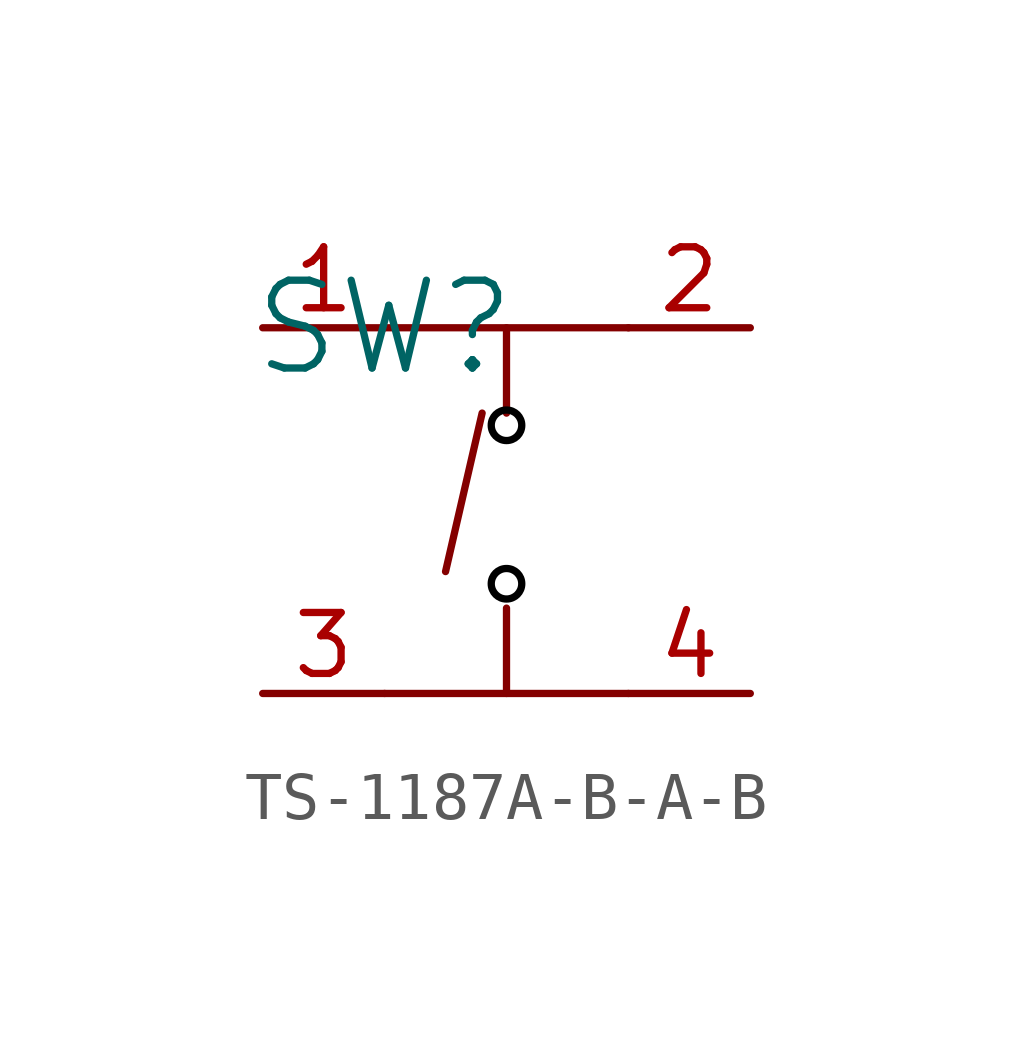
<source format=kicad_sym>
(kicad_symbol_lib
  (version 20241209)
  (generator "kicad_symbol_editor")
  (generator_version "9.0")
  (symbol "TS-1187A-B-A-B"
    (pin_names
      (hide yes))
    (property "Reference" "SW"
      (at -2.54 2.54 0)
      (effects (font (size 1.829 1.829))))
    (property "Manufacturer Part" "TS-1187A-B-A-B"
      (at -36.83 -63.5 0)
      (effects (font (size 1.27 1.27)) (justify left bottom) (hide yes)))
    (symbol "TS-1187A-B-A-B_1_0"
      (polyline (pts (xy -2.54 2.54) (xy 2.54 2.54)) (stroke (width 0) (type solid)) (fill (type none)))
      (polyline (pts (xy -2.54 -5.08) (xy 2.54 -5.08)) (stroke (width 0) (type solid)) (fill (type none)))
      (polyline (pts (xy -0.508 0.762) (xy -1.27 -2.54)) (stroke (width 0) (type solid)) (fill (type none)))
      (polyline (pts (xy 0 0.762) (xy 0 2.54)) (stroke (width 0) (type solid)) (fill (type none)))
      (circle (center 0 0.508) (radius 0.318) (stroke (width 0) (type solid) (color 0 0 0 1)) (fill (type none)))
      (circle (center 0 -2.794) (radius 0.318) (stroke (width 0) (type solid) (color 0 0 0 1)) (fill (type none)))
      (polyline (pts (xy 0 -3.302) (xy 0 -5.08)) (stroke (width 0) (type solid)) (fill (type none)))
      (pin passive line (at -5.08 2.54 0) (length 2.54) (name "A" (effects (font (size 1.27 1.27)))) (number "1" (effects (font (size 1.27 1.27)))))
      (pin passive line (at -5.08 -5.08 0) (length 2.54) (name "C" (effects (font (size 1.27 1.27)))) (number "3" (effects (font (size 1.27 1.27)))))
      (pin passive line (at 5.08 2.54 180) (length 2.54) (name "B" (effects (font (size 1.27 1.27)))) (number "2" (effects (font (size 1.27 1.27)))))
      (pin passive line (at 5.08 -5.08 180) (length 2.54) (name "D" (effects (font (size 1.27 1.27)))) (number "4" (effects (font (size 1.27 1.27))))))))
</source>
